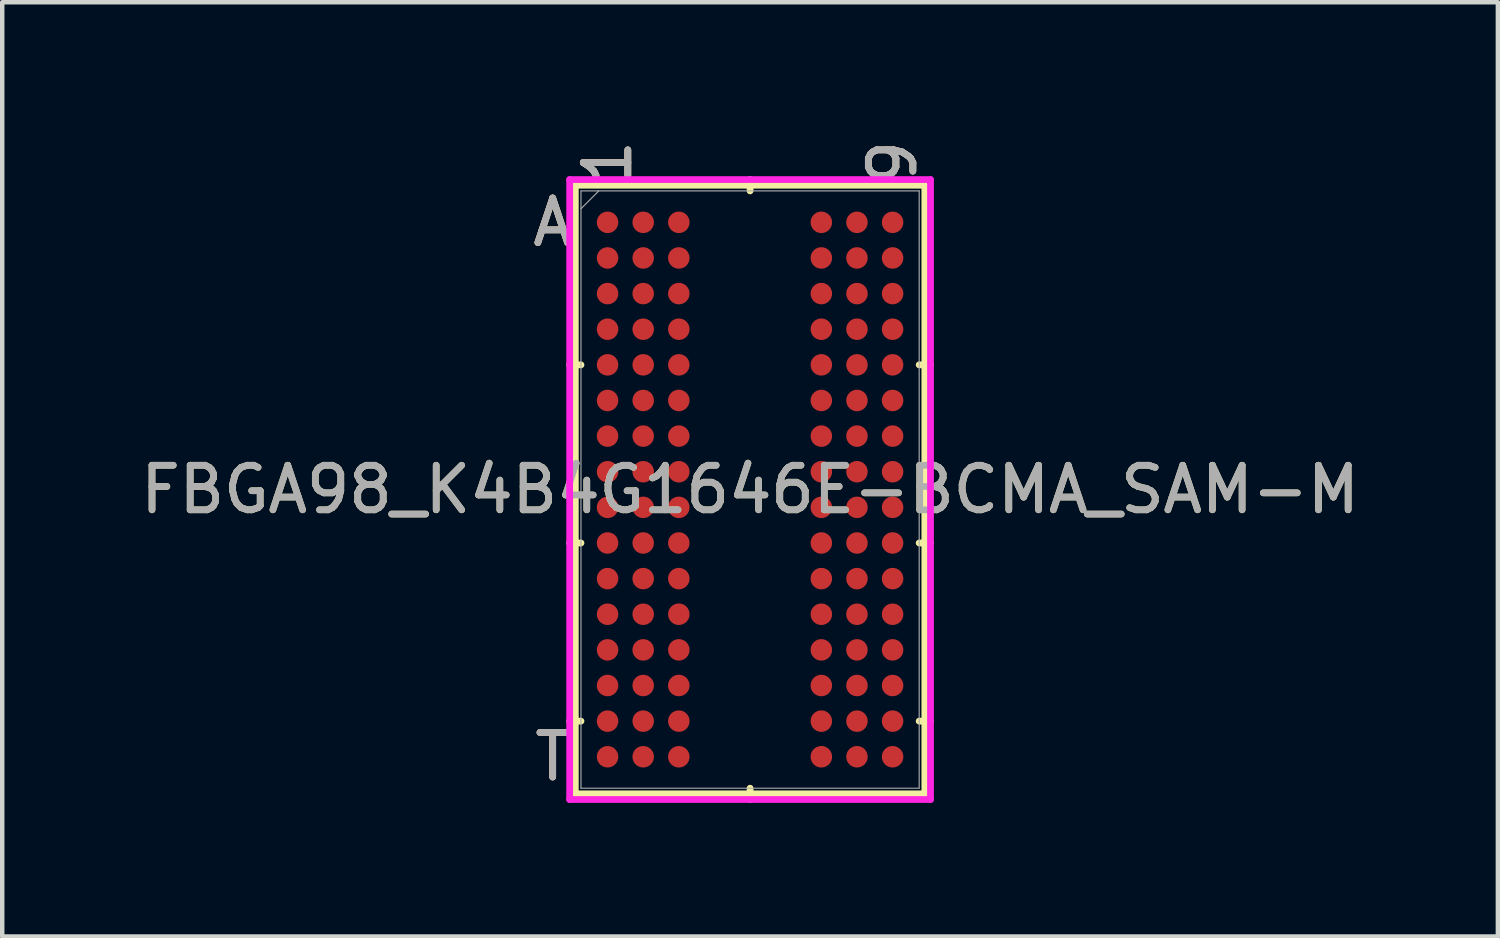
<source format=kicad_pcb>
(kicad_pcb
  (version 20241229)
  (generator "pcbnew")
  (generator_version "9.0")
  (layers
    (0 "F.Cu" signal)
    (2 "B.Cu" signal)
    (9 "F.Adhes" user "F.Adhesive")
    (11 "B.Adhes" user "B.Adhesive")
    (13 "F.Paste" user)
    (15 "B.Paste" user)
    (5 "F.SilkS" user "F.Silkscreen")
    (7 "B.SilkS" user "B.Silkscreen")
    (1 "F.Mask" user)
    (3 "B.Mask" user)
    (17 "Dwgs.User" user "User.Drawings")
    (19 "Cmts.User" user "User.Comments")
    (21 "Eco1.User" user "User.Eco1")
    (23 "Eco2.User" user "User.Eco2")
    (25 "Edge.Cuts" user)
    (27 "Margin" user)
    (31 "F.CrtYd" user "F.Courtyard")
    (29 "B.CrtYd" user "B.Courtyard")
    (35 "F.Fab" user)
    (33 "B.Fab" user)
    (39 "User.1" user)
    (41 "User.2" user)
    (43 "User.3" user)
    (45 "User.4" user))
  (footprint "FBGA98_K4B4G1646E-BCMA_SAM-M"
    (layer "F.Cu")
    (at 13.792 7.942)
    (property "Reference" "FBGA98_K4B4G1646E-BCMA_SAM-M" (at 0 0 0) (unlocked yes) (layer "F.SilkS") (effects (font (size 1 1) (thickness 0.15))))
    (attr smd)
    (fp_line (start -3.924 -6.833) (end -3.924 6.833) (stroke (width 0.152) (type solid)) (layer "F.SilkS"))
    (fp_line (start -3.924 6.833) (end 3.924 6.833) (stroke (width 0.152) (type solid)) (layer "F.SilkS"))
    (fp_line (start -3.797 -2.8) (end -4.051 -2.8) (stroke (width 0.152) (type solid)) (layer "F.SilkS"))
    (fp_line (start -3.797 1.2) (end -4.051 1.2) (stroke (width 0.152) (type solid)) (layer "F.SilkS"))
    (fp_line (start -3.797 5.2) (end -4.051 5.2) (stroke (width 0.152) (type solid)) (layer "F.SilkS"))
    (fp_line (start 0 -6.706) (end 0 -6.96) (stroke (width 0.152) (type solid)) (layer "F.SilkS"))
    (fp_line (start 0 6.706) (end 0 6.96) (stroke (width 0.152) (type solid)) (layer "F.SilkS"))
    (fp_line (start 3.797 -2.8) (end 4.051 -2.8) (stroke (width 0.152) (type solid)) (layer "F.SilkS"))
    (fp_line (start 3.797 1.2) (end 4.051 1.2) (stroke (width 0.152) (type solid)) (layer "F.SilkS"))
    (fp_line (start 3.797 5.2) (end 4.051 5.2) (stroke (width 0.152) (type solid)) (layer "F.SilkS"))
    (fp_line (start 3.924 -6.833) (end -3.924 -6.833) (stroke (width 0.152) (type solid)) (layer "F.SilkS"))
    (fp_line (start 3.924 6.833) (end 3.924 -6.833) (stroke (width 0.152) (type solid)) (layer "F.SilkS"))
    (fp_poly (pts (xy -4.045 -6.844) (xy 4.045 -6.844) (xy 4.045 6.844) (xy -4.045 6.844)) (stroke (width 0.1) (type solid)) (fill no) (layer "Eco2.User"))
    (fp_line (start -4.051 -6.96) (end 4.051 -6.96) (stroke (width 0.152) (type solid)) (layer "F.CrtYd"))
    (fp_line (start -4.051 6.96) (end -4.051 -6.96) (stroke (width 0.152) (type solid)) (layer "F.CrtYd"))
    (fp_line (start 4.051 -6.96) (end 4.051 6.96) (stroke (width 0.152) (type solid)) (layer "F.CrtYd"))
    (fp_line (start 4.051 6.96) (end -4.051 6.96) (stroke (width 0.152) (type solid)) (layer "F.CrtYd"))
    (fp_line (start -3.797 -6.706) (end -3.797 6.706) (stroke (width 0.025) (type solid)) (layer "F.Fab"))
    (fp_line (start -3.797 6.706) (end 3.797 6.706) (stroke (width 0.025) (type solid)) (layer "F.Fab"))
    (fp_line (start -3.397 -6.706) (end -3.797 -6.306) (stroke (width 0.025) (type solid)) (layer "F.Fab"))
    (fp_line (start 3.797 -6.706) (end -3.797 -6.706) (stroke (width 0.025) (type solid)) (layer "F.Fab"))
    (fp_line (start 3.797 6.706) (end 3.797 -6.706) (stroke (width 0.025) (type solid)) (layer "F.Fab"))
    (fp_text user "1" (at -3.2 -7.341 90) (unlocked yes) (layer "F.SilkS") (effects (font (size 1 1) (thickness 0.15))))
    (fp_text user "9" (at 3.2 -7.341 90) (unlocked yes) (layer "F.SilkS") (effects (font (size 1 1) (thickness 0.15))))
    (fp_text user "A" (at -4.432 -6 0) (unlocked yes) (layer "F.SilkS") (effects (font (size 1 1) (thickness 0.15))))
    (fp_text user "T" (at -4.432 6 0) (unlocked yes) (layer "F.SilkS") (effects (font (size 1 1) (thickness 0.15))))
    (fp_text user "T" (at -4.432 6 0) (unlocked yes) (layer "B.SilkS") (effects (font (size 1 1) (thickness 0.15))))
    (fp_text user "9" (at 3.2 -7.341 90) (unlocked yes) (layer "B.SilkS") (effects (font (size 1 1) (thickness 0.15))))
    (fp_text user "A" (at -4.432 -6 0) (unlocked yes) (layer "B.SilkS") (effects (font (size 1 1) (thickness 0.15))))
    (fp_text user "1" (at -3.2 -7.341 90) (unlocked yes) (layer "B.SilkS") (effects (font (size 1 1) (thickness 0.15))))
    (fp_text user "9" (at 3.2 -7.341 90) (unlocked yes) (layer "F.Fab") (effects (font (size 1 1) (thickness 0.15))))
    (fp_text user "1" (at -3.2 -7.341 90) (unlocked yes) (layer "F.Fab") (effects (font (size 1 1) (thickness 0.15))))
    (fp_text user "A" (at -4.432 -6 0) (unlocked yes) (layer "F.Fab") (effects (font (size 1 1) (thickness 0.15))))
    (fp_text user "${REFERENCE}" (at 0 0 0) (unlocked yes) (layer "F.Fab") (effects (font (size 1 1) (thickness 0.15))))
    (fp_text user "T" (at -4.432 6 0) (unlocked yes) (layer "F.Fab") (effects (font (size 1 1) (thickness 0.15))))
    (pad "A1" smd circle (at -3.2 -6) (size 0.483 0.483) (layers "F.Cu" "F.Mask" "F.Paste"))
    (pad "A2" smd circle (at -2.4 -6) (size 0.483 0.483) (layers "F.Cu" "F.Mask" "F.Paste"))
    (pad "A3" smd circle (at -1.6 -6) (size 0.483 0.483) (layers "F.Cu" "F.Mask" "F.Paste"))
    (pad "A7" smd circle (at 1.6 -6) (size 0.483 0.483) (layers "F.Cu" "F.Mask" "F.Paste"))
    (pad "A8" smd circle (at 2.4 -6) (size 0.483 0.483) (layers "F.Cu" "F.Mask" "F.Paste"))
    (pad "A9" smd circle (at 3.2 -6) (size 0.483 0.483) (layers "F.Cu" "F.Mask" "F.Paste"))
    (pad "B1" smd circle (at -3.2 -5.2) (size 0.483 0.483) (layers "F.Cu" "F.Mask" "F.Paste"))
    (pad "B2" smd circle (at -2.4 -5.2) (size 0.483 0.483) (layers "F.Cu" "F.Mask" "F.Paste"))
    (pad "B3" smd circle (at -1.6 -5.2) (size 0.483 0.483) (layers "F.Cu" "F.Mask" "F.Paste"))
    (pad "B7" smd circle (at 1.6 -5.2) (size 0.483 0.483) (layers "F.Cu" "F.Mask" "F.Paste"))
    (pad "B8" smd circle (at 2.4 -5.2) (size 0.483 0.483) (layers "F.Cu" "F.Mask" "F.Paste"))
    (pad "B9" smd circle (at 3.2 -5.2) (size 0.483 0.483) (layers "F.Cu" "F.Mask" "F.Paste"))
    (pad "C1" smd circle (at -3.2 -4.4) (size 0.483 0.483) (layers "F.Cu" "F.Mask" "F.Paste"))
    (pad "C2" smd circle (at -2.4 -4.4) (size 0.483 0.483) (layers "F.Cu" "F.Mask" "F.Paste"))
    (pad "C3" smd circle (at -1.6 -4.4) (size 0.483 0.483) (layers "F.Cu" "F.Mask" "F.Paste"))
    (pad "C7" smd circle (at 1.6 -4.4) (size 0.483 0.483) (layers "F.Cu" "F.Mask" "F.Paste"))
    (pad "C8" smd circle (at 2.4 -4.4) (size 0.483 0.483) (layers "F.Cu" "F.Mask" "F.Paste"))
    (pad "C9" smd circle (at 3.2 -4.4) (size 0.483 0.483) (layers "F.Cu" "F.Mask" "F.Paste"))
    (pad "D1" smd circle (at -3.2 -3.6) (size 0.483 0.483) (layers "F.Cu" "F.Mask" "F.Paste"))
    (pad "D2" smd circle (at -2.4 -3.6) (size 0.483 0.483) (layers "F.Cu" "F.Mask" "F.Paste"))
    (pad "D3" smd circle (at -1.6 -3.6) (size 0.483 0.483) (layers "F.Cu" "F.Mask" "F.Paste"))
    (pad "D7" smd circle (at 1.6 -3.6) (size 0.483 0.483) (layers "F.Cu" "F.Mask" "F.Paste"))
    (pad "D8" smd circle (at 2.4 -3.6) (size 0.483 0.483) (layers "F.Cu" "F.Mask" "F.Paste"))
    (pad "D9" smd circle (at 3.2 -3.6) (size 0.483 0.483) (layers "F.Cu" "F.Mask" "F.Paste"))
    (pad "E1" smd circle (at -3.2 -2.8) (size 0.483 0.483) (layers "F.Cu" "F.Mask" "F.Paste"))
    (pad "E2" smd circle (at -2.4 -2.8) (size 0.483 0.483) (layers "F.Cu" "F.Mask" "F.Paste"))
    (pad "E3" smd circle (at -1.6 -2.8) (size 0.483 0.483) (layers "F.Cu" "F.Mask" "F.Paste"))
    (pad "E7" smd circle (at 1.6 -2.8) (size 0.483 0.483) (layers "F.Cu" "F.Mask" "F.Paste"))
    (pad "E8" smd circle (at 2.4 -2.8) (size 0.483 0.483) (layers "F.Cu" "F.Mask" "F.Paste"))
    (pad "E9" smd circle (at 3.2 -2.8) (size 0.483 0.483) (layers "F.Cu" "F.Mask" "F.Paste"))
    (pad "F1" smd circle (at -3.2 -2) (size 0.483 0.483) (layers "F.Cu" "F.Mask" "F.Paste"))
    (pad "F2" smd circle (at -2.4 -2) (size 0.483 0.483) (layers "F.Cu" "F.Mask" "F.Paste"))
    (pad "F3" smd circle (at -1.6 -2) (size 0.483 0.483) (layers "F.Cu" "F.Mask" "F.Paste"))
    (pad "F7" smd circle (at 1.6 -2) (size 0.483 0.483) (layers "F.Cu" "F.Mask" "F.Paste"))
    (pad "F8" smd circle (at 2.4 -2) (size 0.483 0.483) (layers "F.Cu" "F.Mask" "F.Paste"))
    (pad "F9" smd circle (at 3.2 -2) (size 0.483 0.483) (layers "F.Cu" "F.Mask" "F.Paste"))
    (pad "G1" smd circle (at -3.2 -1.2) (size 0.483 0.483) (layers "F.Cu" "F.Mask" "F.Paste"))
    (pad "G2" smd circle (at -2.4 -1.2) (size 0.483 0.483) (layers "F.Cu" "F.Mask" "F.Paste"))
    (pad "G3" smd circle (at -1.6 -1.2) (size 0.483 0.483) (layers "F.Cu" "F.Mask" "F.Paste"))
    (pad "G7" smd circle (at 1.6 -1.2) (size 0.483 0.483) (layers "F.Cu" "F.Mask" "F.Paste"))
    (pad "G8" smd circle (at 2.4 -1.2) (size 0.483 0.483) (layers "F.Cu" "F.Mask" "F.Paste"))
    (pad "G9" smd circle (at 3.2 -1.2) (size 0.483 0.483) (layers "F.Cu" "F.Mask" "F.Paste"))
    (pad "H1" smd circle (at -3.2 -0.4) (size 0.483 0.483) (layers "F.Cu" "F.Mask" "F.Paste"))
    (pad "H2" smd circle (at -2.4 -0.4) (size 0.483 0.483) (layers "F.Cu" "F.Mask" "F.Paste"))
    (pad "H3" smd circle (at -1.6 -0.4) (size 0.483 0.483) (layers "F.Cu" "F.Mask" "F.Paste"))
    (pad "H7" smd circle (at 1.6 -0.4) (size 0.483 0.483) (layers "F.Cu" "F.Mask" "F.Paste"))
    (pad "H8" smd circle (at 2.4 -0.4) (size 0.483 0.483) (layers "F.Cu" "F.Mask" "F.Paste"))
    (pad "H9" smd circle (at 3.2 -0.4) (size 0.483 0.483) (layers "F.Cu" "F.Mask" "F.Paste"))
    (pad "J1" smd circle (at -3.2 0.4) (size 0.483 0.483) (layers "F.Cu" "F.Mask" "F.Paste"))
    (pad "J2" smd circle (at -2.4 0.4) (size 0.483 0.483) (layers "F.Cu" "F.Mask" "F.Paste"))
    (pad "J3" smd circle (at -1.6 0.4) (size 0.483 0.483) (layers "F.Cu" "F.Mask" "F.Paste"))
    (pad "J7" smd circle (at 1.6 0.4) (size 0.483 0.483) (layers "F.Cu" "F.Mask" "F.Paste"))
    (pad "J8" smd circle (at 2.4 0.4) (size 0.483 0.483) (layers "F.Cu" "F.Mask" "F.Paste"))
    (pad "J9" smd circle (at 3.2 0.4) (size 0.483 0.483) (layers "F.Cu" "F.Mask" "F.Paste"))
    (pad "K1" smd circle (at -3.2 1.2) (size 0.483 0.483) (layers "F.Cu" "F.Mask" "F.Paste"))
    (pad "K2" smd circle (at -2.4 1.2) (size 0.483 0.483) (layers "F.Cu" "F.Mask" "F.Paste"))
    (pad "K3" smd circle (at -1.6 1.2) (size 0.483 0.483) (layers "F.Cu" "F.Mask" "F.Paste"))
    (pad "K7" smd circle (at 1.6 1.2) (size 0.483 0.483) (layers "F.Cu" "F.Mask" "F.Paste"))
    (pad "K8" smd circle (at 2.4 1.2) (size 0.483 0.483) (layers "F.Cu" "F.Mask" "F.Paste"))
    (pad "K9" smd circle (at 3.2 1.2) (size 0.483 0.483) (layers "F.Cu" "F.Mask" "F.Paste"))
    (pad "L1" smd circle (at -3.2 2) (size 0.483 0.483) (layers "F.Cu" "F.Mask" "F.Paste"))
    (pad "L2" smd circle (at -2.4 2) (size 0.483 0.483) (layers "F.Cu" "F.Mask" "F.Paste"))
    (pad "L3" smd circle (at -1.6 2) (size 0.483 0.483) (layers "F.Cu" "F.Mask" "F.Paste"))
    (pad "L7" smd circle (at 1.6 2) (size 0.483 0.483) (layers "F.Cu" "F.Mask" "F.Paste"))
    (pad "L8" smd circle (at 2.4 2) (size 0.483 0.483) (layers "F.Cu" "F.Mask" "F.Paste"))
    (pad "L9" smd circle (at 3.2 2) (size 0.483 0.483) (layers "F.Cu" "F.Mask" "F.Paste"))
    (pad "M1" smd circle (at -3.2 2.8) (size 0.483 0.483) (layers "F.Cu" "F.Mask" "F.Paste"))
    (pad "M2" smd circle (at -2.4 2.8) (size 0.483 0.483) (layers "F.Cu" "F.Mask" "F.Paste"))
    (pad "M3" smd circle (at -1.6 2.8) (size 0.483 0.483) (layers "F.Cu" "F.Mask" "F.Paste"))
    (pad "M7" smd circle (at 1.6 2.8) (size 0.483 0.483) (layers "F.Cu" "F.Mask" "F.Paste"))
    (pad "M8" smd circle (at 2.4 2.8) (size 0.483 0.483) (layers "F.Cu" "F.Mask" "F.Paste"))
    (pad "M9" smd circle (at 3.2 2.8) (size 0.483 0.483) (layers "F.Cu" "F.Mask" "F.Paste"))
    (pad "N1" smd circle (at -3.2 3.6) (size 0.483 0.483) (layers "F.Cu" "F.Mask" "F.Paste"))
    (pad "N2" smd circle (at -2.4 3.6) (size 0.483 0.483) (layers "F.Cu" "F.Mask" "F.Paste"))
    (pad "N3" smd circle (at -1.6 3.6) (size 0.483 0.483) (layers "F.Cu" "F.Mask" "F.Paste"))
    (pad "N7" smd circle (at 1.6 3.6) (size 0.483 0.483) (layers "F.Cu" "F.Mask" "F.Paste"))
    (pad "N8" smd circle (at 2.4 3.6) (size 0.483 0.483) (layers "F.Cu" "F.Mask" "F.Paste"))
    (pad "N9" smd circle (at 3.2 3.6) (size 0.483 0.483) (layers "F.Cu" "F.Mask" "F.Paste"))
    (pad "P1" smd circle (at -3.2 4.4) (size 0.483 0.483) (layers "F.Cu" "F.Mask" "F.Paste"))
    (pad "P2" smd circle (at -2.4 4.4) (size 0.483 0.483) (layers "F.Cu" "F.Mask" "F.Paste"))
    (pad "P3" smd circle (at -1.6 4.4) (size 0.483 0.483) (layers "F.Cu" "F.Mask" "F.Paste"))
    (pad "P7" smd circle (at 1.6 4.4) (size 0.483 0.483) (layers "F.Cu" "F.Mask" "F.Paste"))
    (pad "P8" smd circle (at 2.4 4.4) (size 0.483 0.483) (layers "F.Cu" "F.Mask" "F.Paste"))
    (pad "P9" smd circle (at 3.2 4.4) (size 0.483 0.483) (layers "F.Cu" "F.Mask" "F.Paste"))
    (pad "R1" smd circle (at -3.2 5.2) (size 0.483 0.483) (layers "F.Cu" "F.Mask" "F.Paste"))
    (pad "R2" smd circle (at -2.4 5.2) (size 0.483 0.483) (layers "F.Cu" "F.Mask" "F.Paste"))
    (pad "R3" smd circle (at -1.6 5.2) (size 0.483 0.483) (layers "F.Cu" "F.Mask" "F.Paste"))
    (pad "R7" smd circle (at 1.6 5.2) (size 0.483 0.483) (layers "F.Cu" "F.Mask" "F.Paste"))
    (pad "R8" smd circle (at 2.4 5.2) (size 0.483 0.483) (layers "F.Cu" "F.Mask" "F.Paste"))
    (pad "R9" smd circle (at 3.2 5.2) (size 0.483 0.483) (layers "F.Cu" "F.Mask" "F.Paste"))
    (pad "T1" smd circle (at -3.2 6) (size 0.483 0.483) (layers "F.Cu" "F.Mask" "F.Paste"))
    (pad "T2" smd circle (at -2.4 6) (size 0.483 0.483) (layers "F.Cu" "F.Mask" "F.Paste"))
    (pad "T3" smd circle (at -1.6 6) (size 0.483 0.483) (layers "F.Cu" "F.Mask" "F.Paste"))
    (pad "T7" smd circle (at 1.6 6) (size 0.483 0.483) (layers "F.Cu" "F.Mask" "F.Paste"))
    (pad "T8" smd circle (at 2.4 6) (size 0.483 0.483) (layers "F.Cu" "F.Mask" "F.Paste"))
    (pad "T9" smd circle (at 3.2 6) (size 0.483 0.483) (layers "F.Cu" "F.Mask" "F.Paste")))
  (gr_rect
    (start -3 -3)
    (end 30.583 17.978)
    (stroke (width 0.1) (type default))
    (fill no)
    (layer "Edge.Cuts")))
</source>
